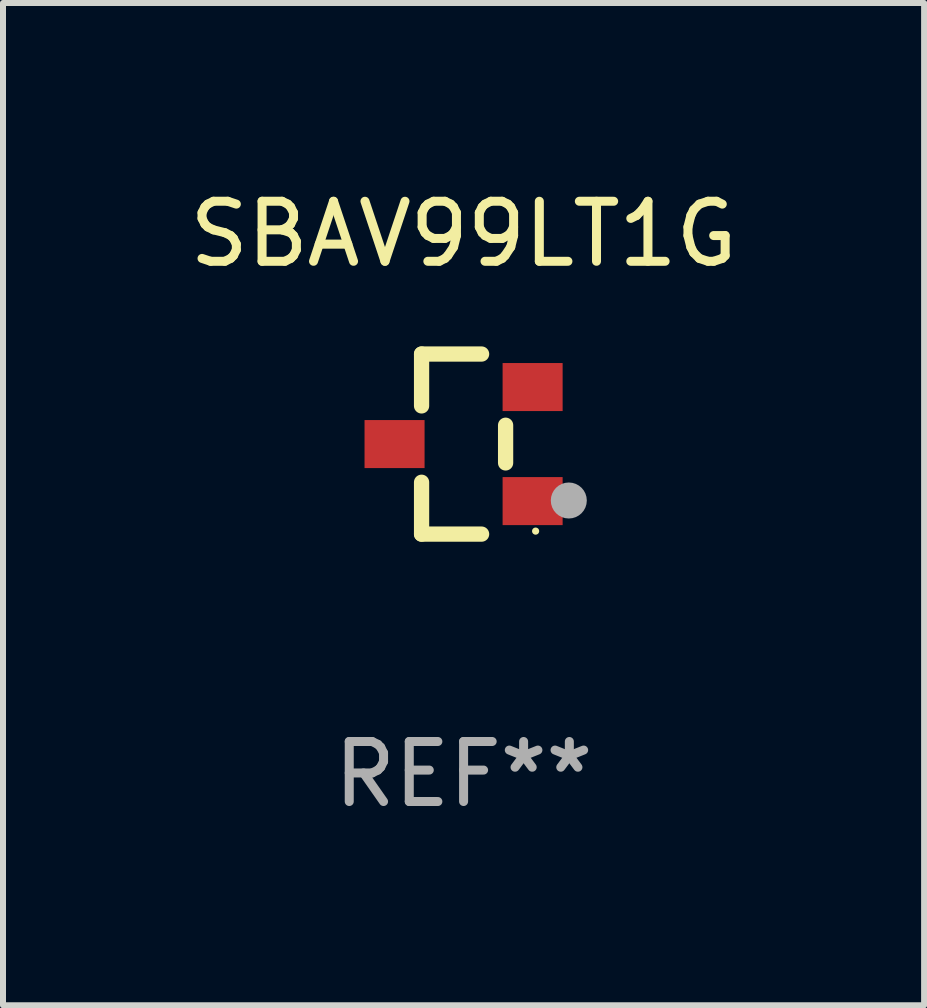
<source format=kicad_pcb>
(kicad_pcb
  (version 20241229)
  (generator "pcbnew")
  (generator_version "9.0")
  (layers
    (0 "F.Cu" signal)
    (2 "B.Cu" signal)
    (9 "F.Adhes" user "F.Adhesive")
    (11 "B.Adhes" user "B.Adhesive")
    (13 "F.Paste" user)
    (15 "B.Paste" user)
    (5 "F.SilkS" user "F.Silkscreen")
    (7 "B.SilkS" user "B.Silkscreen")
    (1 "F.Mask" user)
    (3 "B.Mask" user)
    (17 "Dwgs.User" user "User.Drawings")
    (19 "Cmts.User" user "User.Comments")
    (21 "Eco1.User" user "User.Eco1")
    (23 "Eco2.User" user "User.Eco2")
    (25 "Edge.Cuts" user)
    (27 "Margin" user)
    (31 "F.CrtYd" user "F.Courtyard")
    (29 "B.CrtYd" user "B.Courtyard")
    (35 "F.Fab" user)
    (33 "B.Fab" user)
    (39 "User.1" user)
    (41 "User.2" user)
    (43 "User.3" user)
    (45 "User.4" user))
  (footprint "SBAV99LT1G"
    (layer "F.Cu")
    (at 4.673 4.348)
    (property "Reference" "SBAV99LT1G" (at 0 -3.5 0) (layer "F.SilkS") (effects (font (size 1 1) (thickness 0.15))))
    (attr through_hole)
    (fp_line (start -0.7 -1.5) (end 0.3 -1.5) (stroke (width 0.254) (type solid)) (layer "F.SilkS"))
    (fp_line (start -0.7 -0.636) (end -0.7 -1.5) (stroke (width 0.254) (type solid)) (layer "F.SilkS"))
    (fp_line (start -0.7 1.5) (end -0.7 0.636) (stroke (width 0.254) (type solid)) (layer "F.SilkS"))
    (fp_line (start -0.7 1.5) (end 0.3 1.5) (stroke (width 0.254) (type solid)) (layer "F.SilkS"))
    (fp_line (start 0.7 0.314) (end 0.7 -0.314) (stroke (width 0.254) (type solid)) (layer "F.SilkS"))
    (fp_circle (center 1.2 1.45) (end 1.23 1.45) (stroke (width 0.06) (type solid)) (fill no) (layer "F.SilkS"))
    (fp_circle (center 1.753 0.94) (end 1.903 0.94) (stroke (width 0.3) (type solid)) (fill no) (layer "F.Fab"))
    (fp_text user "REF**" (at 0 5.5 0) (layer "F.Fab") (effects (font (size 1 1) (thickness 0.15))))
    (pad "1" smd rect (at 1.15 0.95 180) (size 1 0.8) (layers "F.Cu" "F.Mask" "F.Paste"))
    (pad "2" smd rect (at 1.15 -0.95 180) (size 1 0.8) (layers "F.Cu" "F.Mask" "F.Paste"))
    (pad "3" smd rect (at -1.15 -0.000051 180) (size 1 0.8) (layers "F.Cu" "F.Mask" "F.Paste")))
  (gr_rect
    (start -3 -3)
    (end 12.345 13.697)
    (stroke (width 0.1) (type default))
    (fill no)
    (layer "Edge.Cuts")))
</source>
